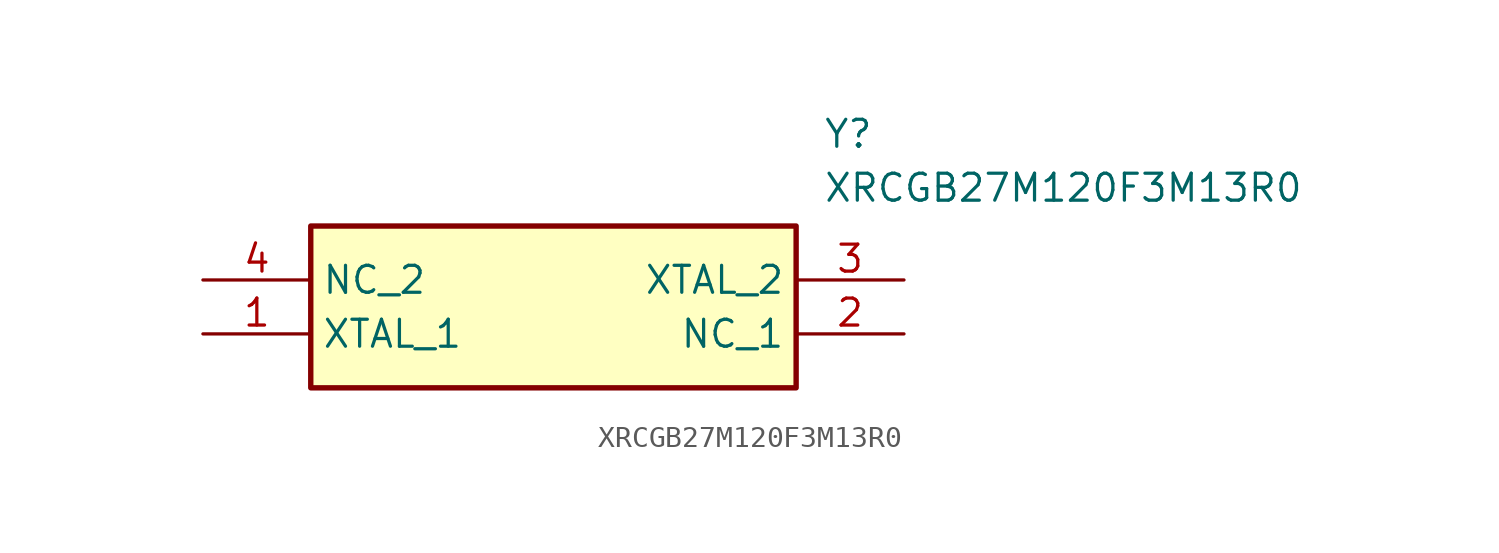
<source format=kicad_sym>
(kicad_symbol_lib
  (version 20211014)
  (generator SamacSys_ECAD_Model)
  (symbol "XRCGB27M120F3M13R0"
    (property "Reference" "Y"
      (at 29.21 7.62 0)
      (effects (font (size 1.27 1.27)) (justify left top)))
    (property "Value" "XRCGB27M120F3M13R0"
      (at 29.21 5.08 0)
      (effects (font (size 1.27 1.27)) (justify left top)))
    (rectangle
      (start 5.08 2.54)
      (end 27.94 -5.08)
      (stroke (width 0.254) (type default))
      (fill (type background)))
    (pin passive line
      (at 0 -2.54 0)
      (length 5.08)
      (name "XTAL_1" (effects (font (size 1.27 1.27))))
      (number "1" (effects (font (size 1.27 1.27)))))
    (pin passive line
      (at 33.02 -2.54 180)
      (length 5.08)
      (name "NC_1" (effects (font (size 1.27 1.27))))
      (number "2" (effects (font (size 1.27 1.27)))))
    (pin passive line
      (at 33.02 0 180)
      (length 5.08)
      (name "XTAL_2" (effects (font (size 1.27 1.27))))
      (number "3" (effects (font (size 1.27 1.27)))))
    (pin passive line
      (at 0 0 0)
      (length 5.08)
      (name "NC_2" (effects (font (size 1.27 1.27))))
      (number "4" (effects (font (size 1.27 1.27)))))))
</source>
